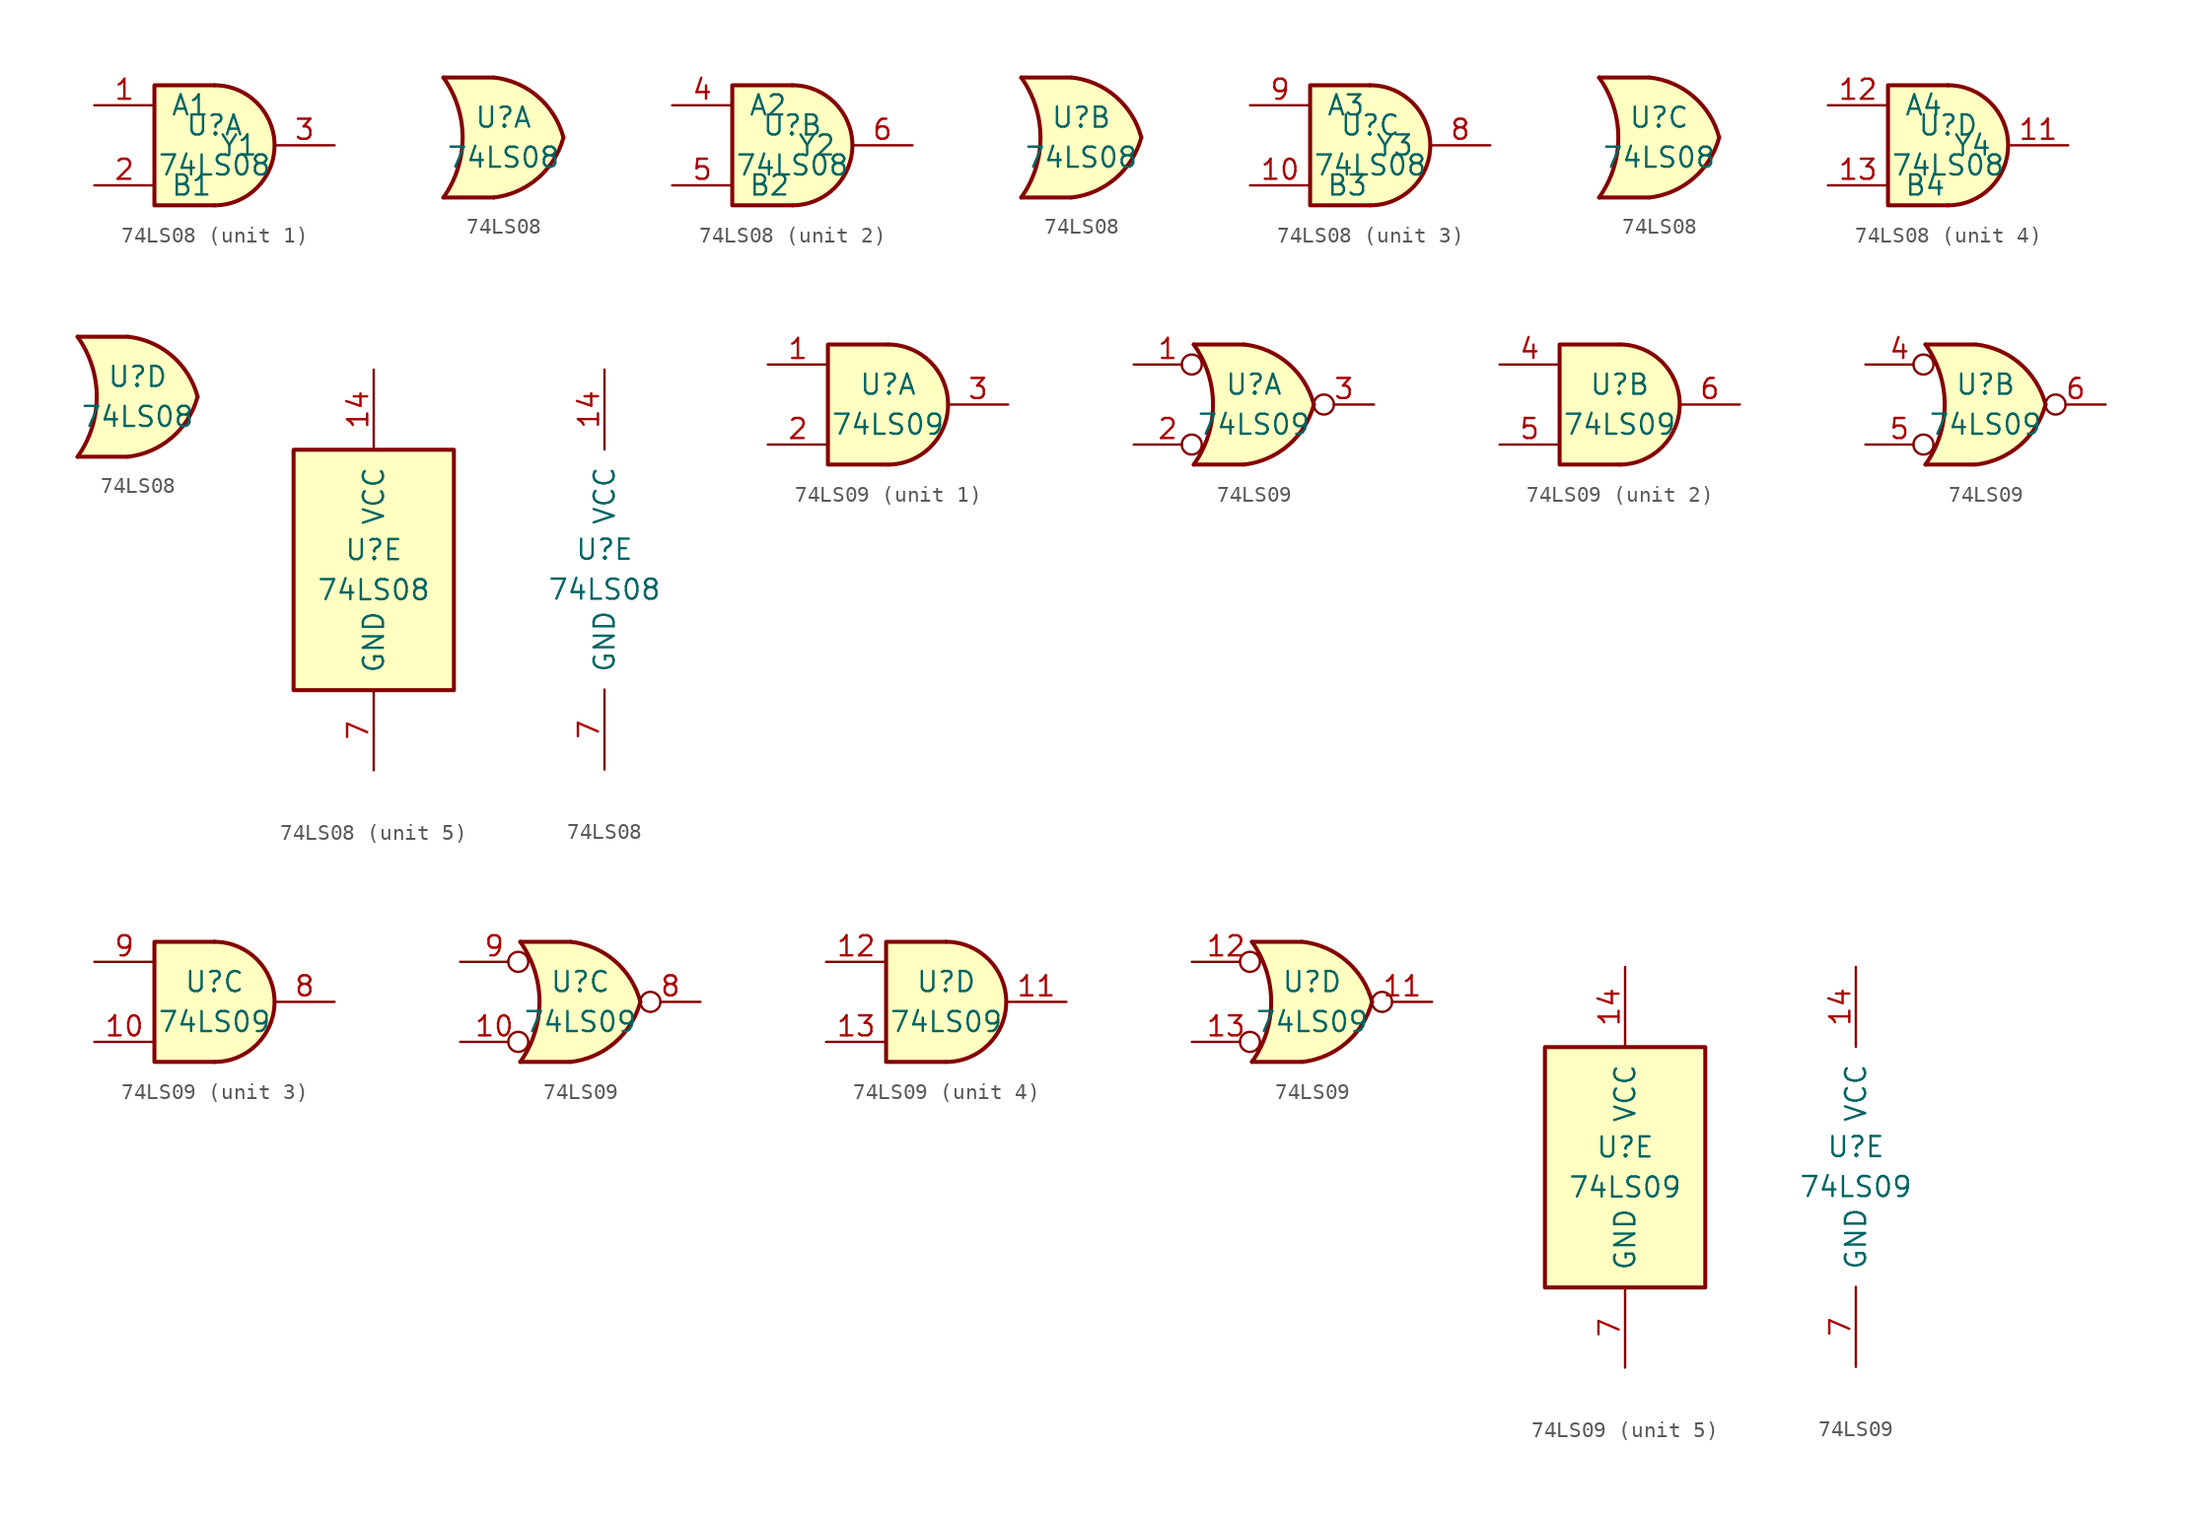
<source format=kicad_sym>
(kicad_symbol_lib
  (version 20211014)
  (generator kicad_symbol_editor)
  (symbol "74LS08"
    (pin_names
      (offset 1.016))
    (property "Reference" "U"
      (at 0 1.27 0)
      (effects (font (size 1.27 1.27))))
    (property "Value" "74LS08"
      (at 0 -1.27 0)
      (effects (font (size 1.27 1.27))))
    (property "ki_locked" ""
      (at 0 0 0)
      (effects (font (size 1.27 1.27))))
    (symbol "74LS08_1_1"
      (arc (start 0 -3.81) (mid 3.81 0) (end 0 3.81) (stroke (width 0.254) (type default) (color 0 0 0 0)) (fill (type background)))
      (polyline (pts (xy 0 3.81) (xy -3.81 3.81) (xy -3.81 -3.81) (xy 0 -3.81)) (stroke (width 0.254) (type default) (color 0 0 0 0)) (fill (type background)))
      (pin input line (at -7.62 2.54 0) (length 3.81) (name "A1" (effects (font (size 1.27 1.27)))) (number "1" (effects (font (size 1.27 1.27)))))
      (pin input line (at -7.62 -2.54 0) (length 3.81) (name "B1" (effects (font (size 1.27 1.27)))) (number "2" (effects (font (size 1.27 1.27)))))
      (pin output line (at 7.62 0 180) (length 3.81) (name "Y1" (effects (font (size 1.27 1.27)))) (number "3" (effects (font (size 1.27 1.27))))))
    (symbol "74LS08_1_2"
      (arc (start -3.81 -3.81) (mid -2.589 0) (end -3.81 3.81) (stroke (width 0.254) (type default) (color 0 0 0 0)) (fill (type none)))
      (arc (start -0.6096 -3.81) (mid 2.1855 -2.584) (end 3.81 0) (stroke (width 0.254) (type default) (color 0 0 0 0)) (fill (type background)))
      (polyline (pts (xy -3.81 -3.81) (xy -0.635 -3.81)) (stroke (width 0.254) (type default) (color 0 0 0 0)) (fill (type background)))
      (polyline (pts (xy -3.81 3.81) (xy -0.635 3.81)) (stroke (width 0.254) (type default) (color 0 0 0 0)) (fill (type background)))
      (polyline (pts (xy -0.635 3.81) (xy -3.81 3.81) (xy -3.81 3.81) (xy -3.556 3.404) (xy -3.023 2.261) (xy -2.692 1.041) (xy -2.616 -0.254) (xy -2.769 -1.499) (xy -3.175 -2.718) (xy -3.81 -3.81) (xy -3.81 -3.81) (xy -0.635 -3.81)) (stroke (width -25.4) (type default) (color 0 0 0 0)) (fill (type background)))
      (arc (start 3.81 0) (mid 2.1928 2.5925) (end -0.6096 3.81) (stroke (width 0.254) (type default) (color 0 0 0 0)) (fill (type background))))
    (symbol "74LS08_2_1"
      (arc (start 0 -3.81) (mid 3.81 0) (end 0 3.81) (stroke (width 0.254) (type default) (color 0 0 0 0)) (fill (type background)))
      (polyline (pts (xy 0 3.81) (xy -3.81 3.81) (xy -3.81 -3.81) (xy 0 -3.81)) (stroke (width 0.254) (type default) (color 0 0 0 0)) (fill (type background)))
      (pin input line (at -7.62 2.54 0) (length 3.81) (name "A2" (effects (font (size 1.27 1.27)))) (number "4" (effects (font (size 1.27 1.27)))))
      (pin input line (at -7.62 -2.54 0) (length 3.81) (name "B2" (effects (font (size 1.27 1.27)))) (number "5" (effects (font (size 1.27 1.27)))))
      (pin output line (at 7.62 0 180) (length 3.81) (name "Y2" (effects (font (size 1.27 1.27)))) (number "6" (effects (font (size 1.27 1.27))))))
    (symbol "74LS08_2_2"
      (arc (start -3.81 -3.81) (mid -2.589 0) (end -3.81 3.81) (stroke (width 0.254) (type default) (color 0 0 0 0)) (fill (type none)))
      (arc (start -0.6096 -3.81) (mid 2.1855 -2.584) (end 3.81 0) (stroke (width 0.254) (type default) (color 0 0 0 0)) (fill (type background)))
      (polyline (pts (xy -3.81 -3.81) (xy -0.635 -3.81)) (stroke (width 0.254) (type default) (color 0 0 0 0)) (fill (type background)))
      (polyline (pts (xy -3.81 3.81) (xy -0.635 3.81)) (stroke (width 0.254) (type default) (color 0 0 0 0)) (fill (type background)))
      (polyline (pts (xy -0.635 3.81) (xy -3.81 3.81) (xy -3.81 3.81) (xy -3.556 3.404) (xy -3.023 2.261) (xy -2.692 1.041) (xy -2.616 -0.254) (xy -2.769 -1.499) (xy -3.175 -2.718) (xy -3.81 -3.81) (xy -3.81 -3.81) (xy -0.635 -3.81)) (stroke (width -25.4) (type default) (color 0 0 0 0)) (fill (type background)))
      (arc (start 3.81 0) (mid 2.1928 2.5925) (end -0.6096 3.81) (stroke (width 0.254) (type default) (color 0 0 0 0)) (fill (type background))))
    (symbol "74LS08_3_1"
      (arc (start 0 -3.81) (mid 3.81 0) (end 0 3.81) (stroke (width 0.254) (type default) (color 0 0 0 0)) (fill (type background)))
      (polyline (pts (xy 0 3.81) (xy -3.81 3.81) (xy -3.81 -3.81) (xy 0 -3.81)) (stroke (width 0.254) (type default) (color 0 0 0 0)) (fill (type background)))
      (pin input line (at -7.62 -2.54 0) (length 3.81) (name "B3" (effects (font (size 1.27 1.27)))) (number "10" (effects (font (size 1.27 1.27)))))
      (pin output line (at 7.62 0 180) (length 3.81) (name "Y3" (effects (font (size 1.27 1.27)))) (number "8" (effects (font (size 1.27 1.27)))))
      (pin input line (at -7.62 2.54 0) (length 3.81) (name "A3" (effects (font (size 1.27 1.27)))) (number "9" (effects (font (size 1.27 1.27))))))
    (symbol "74LS08_3_2"
      (arc (start -3.81 -3.81) (mid -2.589 0) (end -3.81 3.81) (stroke (width 0.254) (type default) (color 0 0 0 0)) (fill (type none)))
      (arc (start -0.6096 -3.81) (mid 2.1855 -2.584) (end 3.81 0) (stroke (width 0.254) (type default) (color 0 0 0 0)) (fill (type background)))
      (polyline (pts (xy -3.81 -3.81) (xy -0.635 -3.81)) (stroke (width 0.254) (type default) (color 0 0 0 0)) (fill (type background)))
      (polyline (pts (xy -3.81 3.81) (xy -0.635 3.81)) (stroke (width 0.254) (type default) (color 0 0 0 0)) (fill (type background)))
      (polyline (pts (xy -0.635 3.81) (xy -3.81 3.81) (xy -3.81 3.81) (xy -3.556 3.404) (xy -3.023 2.261) (xy -2.692 1.041) (xy -2.616 -0.254) (xy -2.769 -1.499) (xy -3.175 -2.718) (xy -3.81 -3.81) (xy -3.81 -3.81) (xy -0.635 -3.81)) (stroke (width -25.4) (type default) (color 0 0 0 0)) (fill (type background)))
      (arc (start 3.81 0) (mid 2.1928 2.5925) (end -0.6096 3.81) (stroke (width 0.254) (type default) (color 0 0 0 0)) (fill (type background))))
    (symbol "74LS08_4_1"
      (arc (start 0 -3.81) (mid 3.81 0) (end 0 3.81) (stroke (width 0.254) (type default) (color 0 0 0 0)) (fill (type background)))
      (polyline (pts (xy 0 3.81) (xy -3.81 3.81) (xy -3.81 -3.81) (xy 0 -3.81)) (stroke (width 0.254) (type default) (color 0 0 0 0)) (fill (type background)))
      (pin output line (at 7.62 0 180) (length 3.81) (name "Y4" (effects (font (size 1.27 1.27)))) (number "11" (effects (font (size 1.27 1.27)))))
      (pin input line (at -7.62 2.54 0) (length 3.81) (name "A4" (effects (font (size 1.27 1.27)))) (number "12" (effects (font (size 1.27 1.27)))))
      (pin input line (at -7.62 -2.54 0) (length 3.81) (name "B4" (effects (font (size 1.27 1.27)))) (number "13" (effects (font (size 1.27 1.27))))))
    (symbol "74LS08_4_2"
      (arc (start -3.81 -3.81) (mid -2.589 0) (end -3.81 3.81) (stroke (width 0.254) (type default) (color 0 0 0 0)) (fill (type none)))
      (arc (start -0.6096 -3.81) (mid 2.1855 -2.584) (end 3.81 0) (stroke (width 0.254) (type default) (color 0 0 0 0)) (fill (type background)))
      (polyline (pts (xy -3.81 -3.81) (xy -0.635 -3.81)) (stroke (width 0.254) (type default) (color 0 0 0 0)) (fill (type background)))
      (polyline (pts (xy -3.81 3.81) (xy -0.635 3.81)) (stroke (width 0.254) (type default) (color 0 0 0 0)) (fill (type background)))
      (polyline (pts (xy -0.635 3.81) (xy -3.81 3.81) (xy -3.81 3.81) (xy -3.556 3.404) (xy -3.023 2.261) (xy -2.692 1.041) (xy -2.616 -0.254) (xy -2.769 -1.499) (xy -3.175 -2.718) (xy -3.81 -3.81) (xy -3.81 -3.81) (xy -0.635 -3.81)) (stroke (width -25.4) (type default) (color 0 0 0 0)) (fill (type background)))
      (arc (start 3.81 0) (mid 2.1928 2.5925) (end -0.6096 3.81) (stroke (width 0.254) (type default) (color 0 0 0 0)) (fill (type background))))
    (symbol "74LS08_5_0"
      (pin power_in line (at 0 12.7 270) (length 5.08) (name "VCC" (effects (font (size 1.27 1.27)))) (number "14" (effects (font (size 1.27 1.27)))))
      (pin power_in line (at 0 -12.7 90) (length 5.08) (name "GND" (effects (font (size 1.27 1.27)))) (number "7" (effects (font (size 1.27 1.27))))))
    (symbol "74LS08_5_1"
      (rectangle (start -5.08 7.62) (end 5.08 -7.62) (stroke (width 0.254) (type default) (color 0 0 0 0)) (fill (type background)))))
  (symbol "74LS09"
    (pin_names
      (offset 1.016))
    (property "Reference" "U"
      (at 0 1.27 0)
      (effects (font (size 1.27 1.27))))
    (property "Value" "74LS09"
      (at 0 -1.27 0)
      (effects (font (size 1.27 1.27))))
    (property "ki_locked" ""
      (at 0 0 0)
      (effects (font (size 1.27 1.27))))
    (symbol "74LS09_1_1"
      (arc (start 0 -3.81) (mid 3.81 0) (end 0 3.81) (stroke (width 0.254) (type default) (color 0 0 0 0)) (fill (type background)))
      (polyline (pts (xy 0 3.81) (xy -3.81 3.81) (xy -3.81 -3.81) (xy 0 -3.81)) (stroke (width 0.254) (type default) (color 0 0 0 0)) (fill (type background)))
      (pin input line (at -7.62 2.54 0) (length 3.81) (name "~" (effects (font (size 1.27 1.27)))) (number "1" (effects (font (size 1.27 1.27)))))
      (pin input line (at -7.62 -2.54 0) (length 3.81) (name "~" (effects (font (size 1.27 1.27)))) (number "2" (effects (font (size 1.27 1.27)))))
      (pin open_collector line (at 7.62 0 180) (length 3.81) (name "~" (effects (font (size 1.27 1.27)))) (number "3" (effects (font (size 1.27 1.27))))))
    (symbol "74LS09_1_2"
      (arc (start -3.81 -3.81) (mid -2.589 0) (end -3.81 3.81) (stroke (width 0.254) (type default) (color 0 0 0 0)) (fill (type none)))
      (arc (start -0.6096 -3.81) (mid 2.1855 -2.584) (end 3.81 0) (stroke (width 0.254) (type default) (color 0 0 0 0)) (fill (type background)))
      (polyline (pts (xy -3.81 -3.81) (xy -0.635 -3.81)) (stroke (width 0.254) (type default) (color 0 0 0 0)) (fill (type background)))
      (polyline (pts (xy -3.81 3.81) (xy -0.635 3.81)) (stroke (width 0.254) (type default) (color 0 0 0 0)) (fill (type background)))
      (polyline (pts (xy -0.635 3.81) (xy -3.81 3.81) (xy -3.81 3.81) (xy -3.556 3.404) (xy -3.023 2.261) (xy -2.692 1.041) (xy -2.616 -0.254) (xy -2.769 -1.499) (xy -3.175 -2.718) (xy -3.81 -3.81) (xy -3.81 -3.81) (xy -0.635 -3.81)) (stroke (width -25.4) (type default) (color 0 0 0 0)) (fill (type background)))
      (arc (start 3.81 0) (mid 2.1928 2.5925) (end -0.6096 3.81) (stroke (width 0.254) (type default) (color 0 0 0 0)) (fill (type background)))
      (pin input inverted (at -7.62 2.54 0) (length 4.318) (name "~" (effects (font (size 1.27 1.27)))) (number "1" (effects (font (size 1.27 1.27)))))
      (pin input inverted (at -7.62 -2.54 0) (length 4.318) (name "~" (effects (font (size 1.27 1.27)))) (number "2" (effects (font (size 1.27 1.27)))))
      (pin output inverted (at 7.62 0 180) (length 3.81) (name "~" (effects (font (size 1.27 1.27)))) (number "3" (effects (font (size 1.27 1.27))))))
    (symbol "74LS09_2_1"
      (arc (start 0 -3.81) (mid 3.81 0) (end 0 3.81) (stroke (width 0.254) (type default) (color 0 0 0 0)) (fill (type background)))
      (polyline (pts (xy 0 3.81) (xy -3.81 3.81) (xy -3.81 -3.81) (xy 0 -3.81)) (stroke (width 0.254) (type default) (color 0 0 0 0)) (fill (type background)))
      (pin input line (at -7.62 2.54 0) (length 3.81) (name "~" (effects (font (size 1.27 1.27)))) (number "4" (effects (font (size 1.27 1.27)))))
      (pin input line (at -7.62 -2.54 0) (length 3.81) (name "~" (effects (font (size 1.27 1.27)))) (number "5" (effects (font (size 1.27 1.27)))))
      (pin open_collector line (at 7.62 0 180) (length 3.81) (name "~" (effects (font (size 1.27 1.27)))) (number "6" (effects (font (size 1.27 1.27))))))
    (symbol "74LS09_2_2"
      (arc (start -3.81 -3.81) (mid -2.589 0) (end -3.81 3.81) (stroke (width 0.254) (type default) (color 0 0 0 0)) (fill (type none)))
      (arc (start -0.6096 -3.81) (mid 2.1855 -2.584) (end 3.81 0) (stroke (width 0.254) (type default) (color 0 0 0 0)) (fill (type background)))
      (polyline (pts (xy -3.81 -3.81) (xy -0.635 -3.81)) (stroke (width 0.254) (type default) (color 0 0 0 0)) (fill (type background)))
      (polyline (pts (xy -3.81 3.81) (xy -0.635 3.81)) (stroke (width 0.254) (type default) (color 0 0 0 0)) (fill (type background)))
      (polyline (pts (xy -0.635 3.81) (xy -3.81 3.81) (xy -3.81 3.81) (xy -3.556 3.404) (xy -3.023 2.261) (xy -2.692 1.041) (xy -2.616 -0.254) (xy -2.769 -1.499) (xy -3.175 -2.718) (xy -3.81 -3.81) (xy -3.81 -3.81) (xy -0.635 -3.81)) (stroke (width -25.4) (type default) (color 0 0 0 0)) (fill (type background)))
      (arc (start 3.81 0) (mid 2.1928 2.5925) (end -0.6096 3.81) (stroke (width 0.254) (type default) (color 0 0 0 0)) (fill (type background)))
      (pin input inverted (at -7.62 2.54 0) (length 4.318) (name "~" (effects (font (size 1.27 1.27)))) (number "4" (effects (font (size 1.27 1.27)))))
      (pin input inverted (at -7.62 -2.54 0) (length 4.318) (name "~" (effects (font (size 1.27 1.27)))) (number "5" (effects (font (size 1.27 1.27)))))
      (pin output inverted (at 7.62 0 180) (length 3.81) (name "~" (effects (font (size 1.27 1.27)))) (number "6" (effects (font (size 1.27 1.27))))))
    (symbol "74LS09_3_1"
      (arc (start 0 -3.81) (mid 3.81 0) (end 0 3.81) (stroke (width 0.254) (type default) (color 0 0 0 0)) (fill (type background)))
      (polyline (pts (xy 0 3.81) (xy -3.81 3.81) (xy -3.81 -3.81) (xy 0 -3.81)) (stroke (width 0.254) (type default) (color 0 0 0 0)) (fill (type background)))
      (pin input line (at -7.62 -2.54 0) (length 3.81) (name "~" (effects (font (size 1.27 1.27)))) (number "10" (effects (font (size 1.27 1.27)))))
      (pin open_collector line (at 7.62 0 180) (length 3.81) (name "~" (effects (font (size 1.27 1.27)))) (number "8" (effects (font (size 1.27 1.27)))))
      (pin input line (at -7.62 2.54 0) (length 3.81) (name "~" (effects (font (size 1.27 1.27)))) (number "9" (effects (font (size 1.27 1.27))))))
    (symbol "74LS09_3_2"
      (arc (start -3.81 -3.81) (mid -2.589 0) (end -3.81 3.81) (stroke (width 0.254) (type default) (color 0 0 0 0)) (fill (type none)))
      (arc (start -0.6096 -3.81) (mid 2.1855 -2.584) (end 3.81 0) (stroke (width 0.254) (type default) (color 0 0 0 0)) (fill (type background)))
      (polyline (pts (xy -3.81 -3.81) (xy -0.635 -3.81)) (stroke (width 0.254) (type default) (color 0 0 0 0)) (fill (type background)))
      (polyline (pts (xy -3.81 3.81) (xy -0.635 3.81)) (stroke (width 0.254) (type default) (color 0 0 0 0)) (fill (type background)))
      (polyline (pts (xy -0.635 3.81) (xy -3.81 3.81) (xy -3.81 3.81) (xy -3.556 3.404) (xy -3.023 2.261) (xy -2.692 1.041) (xy -2.616 -0.254) (xy -2.769 -1.499) (xy -3.175 -2.718) (xy -3.81 -3.81) (xy -3.81 -3.81) (xy -0.635 -3.81)) (stroke (width -25.4) (type default) (color 0 0 0 0)) (fill (type background)))
      (arc (start 3.81 0) (mid 2.1928 2.5925) (end -0.6096 3.81) (stroke (width 0.254) (type default) (color 0 0 0 0)) (fill (type background)))
      (pin input inverted (at -7.62 -2.54 0) (length 4.318) (name "~" (effects (font (size 1.27 1.27)))) (number "10" (effects (font (size 1.27 1.27)))))
      (pin output inverted (at 7.62 0 180) (length 3.81) (name "~" (effects (font (size 1.27 1.27)))) (number "8" (effects (font (size 1.27 1.27)))))
      (pin input inverted (at -7.62 2.54 0) (length 4.318) (name "~" (effects (font (size 1.27 1.27)))) (number "9" (effects (font (size 1.27 1.27))))))
    (symbol "74LS09_4_1"
      (arc (start 0 -3.81) (mid 3.81 0) (end 0 3.81) (stroke (width 0.254) (type default) (color 0 0 0 0)) (fill (type background)))
      (polyline (pts (xy 0 3.81) (xy -3.81 3.81) (xy -3.81 -3.81) (xy 0 -3.81)) (stroke (width 0.254) (type default) (color 0 0 0 0)) (fill (type background)))
      (pin open_collector line (at 7.62 0 180) (length 3.81) (name "~" (effects (font (size 1.27 1.27)))) (number "11" (effects (font (size 1.27 1.27)))))
      (pin input line (at -7.62 2.54 0) (length 3.81) (name "~" (effects (font (size 1.27 1.27)))) (number "12" (effects (font (size 1.27 1.27)))))
      (pin input line (at -7.62 -2.54 0) (length 3.81) (name "~" (effects (font (size 1.27 1.27)))) (number "13" (effects (font (size 1.27 1.27))))))
    (symbol "74LS09_4_2"
      (arc (start -3.81 -3.81) (mid -2.589 0) (end -3.81 3.81) (stroke (width 0.254) (type default) (color 0 0 0 0)) (fill (type none)))
      (arc (start -0.6096 -3.81) (mid 2.1855 -2.584) (end 3.81 0) (stroke (width 0.254) (type default) (color 0 0 0 0)) (fill (type background)))
      (polyline (pts (xy -3.81 -3.81) (xy -0.635 -3.81)) (stroke (width 0.254) (type default) (color 0 0 0 0)) (fill (type background)))
      (polyline (pts (xy -3.81 3.81) (xy -0.635 3.81)) (stroke (width 0.254) (type default) (color 0 0 0 0)) (fill (type background)))
      (polyline (pts (xy -0.635 3.81) (xy -3.81 3.81) (xy -3.81 3.81) (xy -3.556 3.404) (xy -3.023 2.261) (xy -2.692 1.041) (xy -2.616 -0.254) (xy -2.769 -1.499) (xy -3.175 -2.718) (xy -3.81 -3.81) (xy -3.81 -3.81) (xy -0.635 -3.81)) (stroke (width -25.4) (type default) (color 0 0 0 0)) (fill (type background)))
      (arc (start 3.81 0) (mid 2.1928 2.5925) (end -0.6096 3.81) (stroke (width 0.254) (type default) (color 0 0 0 0)) (fill (type background)))
      (pin output inverted (at 7.62 0 180) (length 3.81) (name "~" (effects (font (size 1.27 1.27)))) (number "11" (effects (font (size 1.27 1.27)))))
      (pin input inverted (at -7.62 2.54 0) (length 4.318) (name "~" (effects (font (size 1.27 1.27)))) (number "12" (effects (font (size 1.27 1.27)))))
      (pin input inverted (at -7.62 -2.54 0) (length 4.318) (name "~" (effects (font (size 1.27 1.27)))) (number "13" (effects (font (size 1.27 1.27))))))
    (symbol "74LS09_5_0"
      (pin power_in line (at 0 12.7 270) (length 5.08) (name "VCC" (effects (font (size 1.27 1.27)))) (number "14" (effects (font (size 1.27 1.27)))))
      (pin power_in line (at 0 -12.7 90) (length 5.08) (name "GND" (effects (font (size 1.27 1.27)))) (number "7" (effects (font (size 1.27 1.27))))))
    (symbol "74LS09_5_1"
      (rectangle (start -5.08 7.62) (end 5.08 -7.62) (stroke (width 0.254) (type default) (color 0 0 0 0)) (fill (type background))))))
</source>
